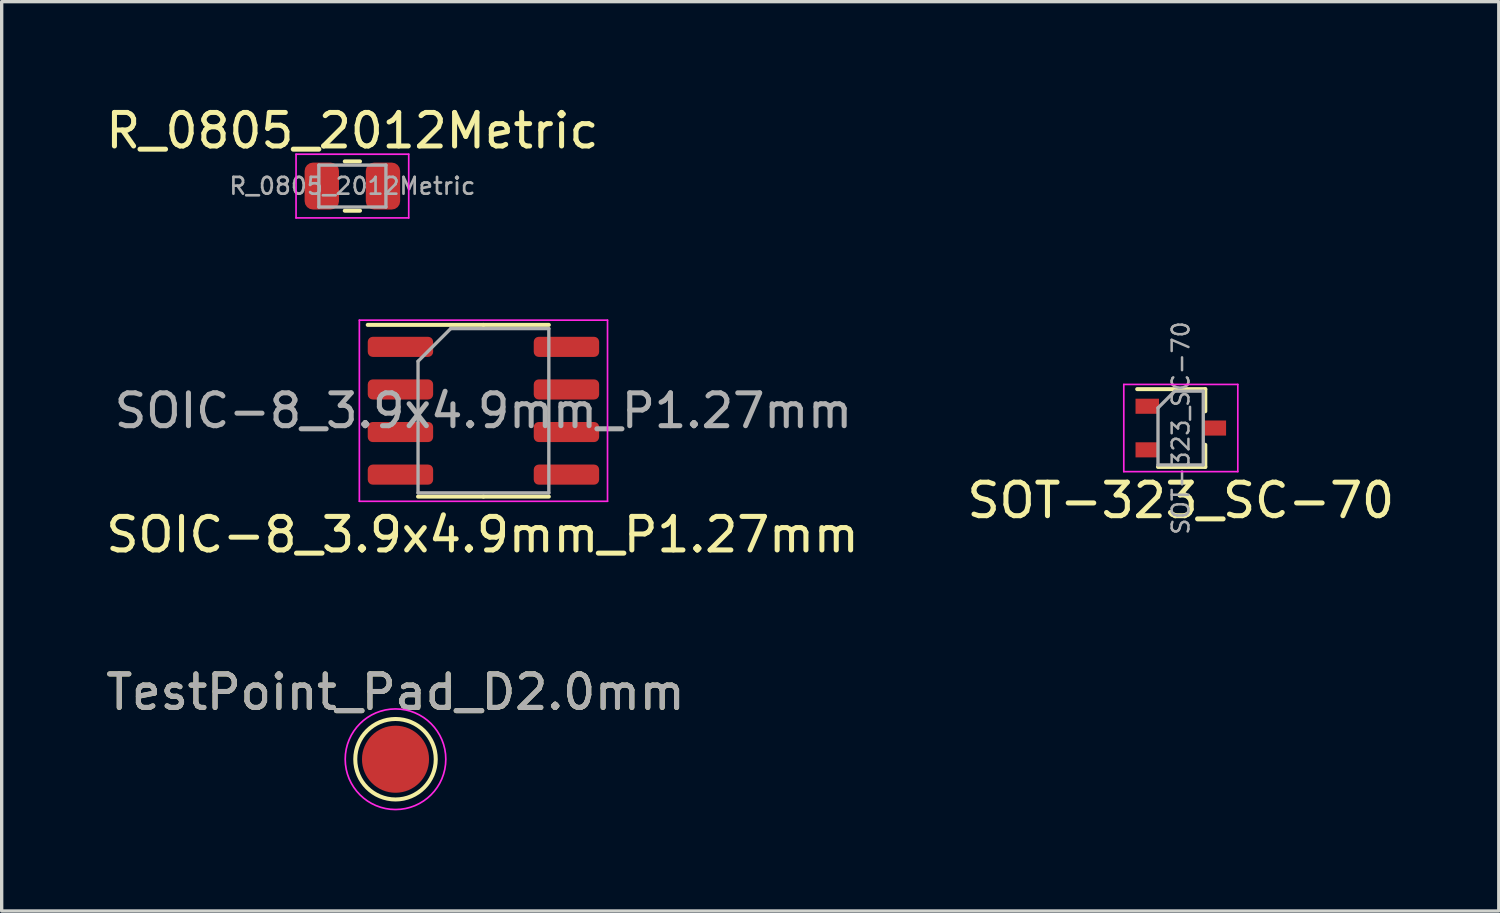
<source format=kicad_pcb>
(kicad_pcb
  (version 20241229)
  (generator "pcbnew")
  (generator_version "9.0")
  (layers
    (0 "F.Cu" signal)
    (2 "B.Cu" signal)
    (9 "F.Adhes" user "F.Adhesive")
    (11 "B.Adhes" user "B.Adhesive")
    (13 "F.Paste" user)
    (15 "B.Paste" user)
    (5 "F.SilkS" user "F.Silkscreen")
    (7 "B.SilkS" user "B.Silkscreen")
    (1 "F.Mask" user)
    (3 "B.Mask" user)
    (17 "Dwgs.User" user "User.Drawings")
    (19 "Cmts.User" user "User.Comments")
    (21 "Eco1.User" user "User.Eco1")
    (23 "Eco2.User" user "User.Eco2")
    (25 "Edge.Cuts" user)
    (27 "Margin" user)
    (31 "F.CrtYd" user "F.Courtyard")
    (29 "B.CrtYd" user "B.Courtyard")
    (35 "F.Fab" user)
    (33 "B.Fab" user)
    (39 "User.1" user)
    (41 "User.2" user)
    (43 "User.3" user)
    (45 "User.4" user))
  (footprint "TestPoint_Pad_D2.0mm"
    (layer "F.Cu")
    (at 8.744 19.59)
    (property "Reference" "TestPoint_Pad_D2.0mm" (at 0 -1.998 0) (layer "F.SilkS") (effects (font (size 1 1) (thickness 0.15))))
    (attr exclude_from_pos_files exclude_from_bom)
    (fp_circle (center 0 0) (end 0 1.2) (stroke (width 0.12) (type solid)) (fill no) (layer "F.SilkS"))
    (fp_circle (center 0 0) (end 1.5 0) (stroke (width 0.05) (type solid)) (fill no) (layer "F.CrtYd"))
    (fp_text user "${REFERENCE}" (at 0 -2 0) (layer "F.Fab") (effects (font (size 1 1) (thickness 0.15))))
    (pad "1" smd circle (at 0 0) (size 2 2) (layers "F.Cu" "F.Mask")))
  (footprint "SOIC-8_3.9x4.9mm_P1.27mm"
    (layer "F.Cu")
    (at 11.366 9.198)
    (property "Reference" "SOIC-8_3.9x4.9mm_P1.27mm" (at -0.027 3.696 0) (layer "F.SilkS") (effects (font (size 1 1) (thickness 0.15))))
    (attr smd)
    (fp_line (start 0 -2.56) (end -3.45 -2.56) (stroke (width 0.12) (type solid)) (layer "F.SilkS"))
    (fp_line (start 0 -2.56) (end 1.95 -2.56) (stroke (width 0.12) (type solid)) (layer "F.SilkS"))
    (fp_line (start 0 2.56) (end -1.95 2.56) (stroke (width 0.12) (type solid)) (layer "F.SilkS"))
    (fp_line (start 0 2.56) (end 1.95 2.56) (stroke (width 0.12) (type solid)) (layer "F.SilkS"))
    (fp_line (start -3.7 -2.7) (end -3.7 2.7) (stroke (width 0.05) (type solid)) (layer "F.CrtYd"))
    (fp_line (start -3.7 2.7) (end 3.7 2.7) (stroke (width 0.05) (type solid)) (layer "F.CrtYd"))
    (fp_line (start 3.7 -2.7) (end -3.7 -2.7) (stroke (width 0.05) (type solid)) (layer "F.CrtYd"))
    (fp_line (start 3.7 2.7) (end 3.7 -2.7) (stroke (width 0.05) (type solid)) (layer "F.CrtYd"))
    (fp_line (start -1.95 -1.475) (end -0.975 -2.45) (stroke (width 0.1) (type solid)) (layer "F.Fab"))
    (fp_line (start -1.95 2.45) (end -1.95 -1.475) (stroke (width 0.1) (type solid)) (layer "F.Fab"))
    (fp_line (start -0.975 -2.45) (end 1.95 -2.45) (stroke (width 0.1) (type solid)) (layer "F.Fab"))
    (fp_line (start 1.95 -2.45) (end 1.95 2.45) (stroke (width 0.1) (type solid)) (layer "F.Fab"))
    (fp_line (start 1.95 2.45) (end -1.95 2.45) (stroke (width 0.1) (type solid)) (layer "F.Fab"))
    (fp_text user "${REFERENCE}" (at 0 0 0) (layer "F.Fab") (effects (font (size 0.98 0.98) (thickness 0.15))))
    (pad "1" smd roundrect (at -2.475 -1.905) (size 1.95 0.6) (layers "F.Cu" "F.Mask" "F.Paste") (roundrect_rratio 0.25))
    (pad "2" smd roundrect (at -2.475 -0.635) (size 1.95 0.6) (layers "F.Cu" "F.Mask" "F.Paste") (roundrect_rratio 0.25))
    (pad "3" smd roundrect (at -2.475 0.635) (size 1.95 0.6) (layers "F.Cu" "F.Mask" "F.Paste") (roundrect_rratio 0.25))
    (pad "4" smd roundrect (at -2.475 1.905) (size 1.95 0.6) (layers "F.Cu" "F.Mask" "F.Paste") (roundrect_rratio 0.25))
    (pad "5" smd roundrect (at 2.475 1.905) (size 1.95 0.6) (layers "F.Cu" "F.Mask" "F.Paste") (roundrect_rratio 0.25))
    (pad "6" smd roundrect (at 2.475 0.635) (size 1.95 0.6) (layers "F.Cu" "F.Mask" "F.Paste") (roundrect_rratio 0.25))
    (pad "7" smd roundrect (at 2.475 -0.635) (size 1.95 0.6) (layers "F.Cu" "F.Mask" "F.Paste") (roundrect_rratio 0.25))
    (pad "8" smd roundrect (at 2.475 -1.905) (size 1.95 0.6) (layers "F.Cu" "F.Mask" "F.Paste") (roundrect_rratio 0.25)))
  (footprint "R_0805_2012Metric"
    (layer "F.Cu")
    (at 7.458 2.498)
    (property "Reference" "R_0805_2012Metric" (at 0 -1.65 0) (layer "F.SilkS") (effects (font (size 1 1) (thickness 0.15))))
    (attr smd)
    (fp_line (start -0.227 -0.735) (end 0.227 -0.735) (stroke (width 0.12) (type solid)) (layer "F.SilkS"))
    (fp_line (start -0.227 0.735) (end 0.227 0.735) (stroke (width 0.12) (type solid)) (layer "F.SilkS"))
    (fp_line (start -1.68 -0.95) (end 1.68 -0.95) (stroke (width 0.05) (type solid)) (layer "F.CrtYd"))
    (fp_line (start -1.68 0.95) (end -1.68 -0.95) (stroke (width 0.05) (type solid)) (layer "F.CrtYd"))
    (fp_line (start 1.68 -0.95) (end 1.68 0.95) (stroke (width 0.05) (type solid)) (layer "F.CrtYd"))
    (fp_line (start 1.68 0.95) (end -1.68 0.95) (stroke (width 0.05) (type solid)) (layer "F.CrtYd"))
    (fp_line (start -1 -0.625) (end 1 -0.625) (stroke (width 0.1) (type solid)) (layer "F.Fab"))
    (fp_line (start -1 0.625) (end -1 -0.625) (stroke (width 0.1) (type solid)) (layer "F.Fab"))
    (fp_line (start 1 -0.625) (end 1 0.625) (stroke (width 0.1) (type solid)) (layer "F.Fab"))
    (fp_line (start 1 0.625) (end -1 0.625) (stroke (width 0.1) (type solid)) (layer "F.Fab"))
    (fp_text user "${REFERENCE}" (at 0 0 0) (layer "F.Fab") (effects (font (size 0.5 0.5) (thickness 0.08))))
    (pad "1" smd roundrect (at -0.912 0) (size 1.025 1.4) (layers "F.Cu" "F.Mask" "F.Paste") (roundrect_rratio 0.244))
    (pad "2" smd roundrect (at 0.912 0) (size 1.025 1.4) (layers "F.Cu" "F.Mask" "F.Paste") (roundrect_rratio 0.244)))
  (footprint "SOT-323_SC-70"
    (layer "F.Cu")
    (at 32.161 9.714)
    (property "Reference" "SOT-323_SC-70" (at 0 2.159 180) (layer "F.SilkS") (effects (font (size 1 1) (thickness 0.15))))
    (attr smd)
    (fp_line (start -0.68 1.16) (end 0.73 1.16) (stroke (width 0.12) (type solid)) (layer "F.SilkS"))
    (fp_line (start 0.73 -1.16) (end -1.3 -1.16) (stroke (width 0.12) (type solid)) (layer "F.SilkS"))
    (fp_line (start 0.73 -1.16) (end 0.73 -0.5) (stroke (width 0.12) (type solid)) (layer "F.SilkS"))
    (fp_line (start 0.73 0.5) (end 0.73 1.16) (stroke (width 0.12) (type solid)) (layer "F.SilkS"))
    (fp_line (start -1.7 -1.3) (end 1.7 -1.3) (stroke (width 0.05) (type solid)) (layer "F.CrtYd"))
    (fp_line (start -1.7 1.3) (end -1.7 -1.3) (stroke (width 0.05) (type solid)) (layer "F.CrtYd"))
    (fp_line (start 1.7 -1.3) (end 1.7 1.3) (stroke (width 0.05) (type solid)) (layer "F.CrtYd"))
    (fp_line (start 1.7 1.3) (end -1.7 1.3) (stroke (width 0.05) (type solid)) (layer "F.CrtYd"))
    (fp_line (start -0.68 -0.6) (end -0.68 1.1) (stroke (width 0.1) (type solid)) (layer "F.Fab"))
    (fp_line (start -0.18 -1.1) (end -0.68 -0.6) (stroke (width 0.1) (type solid)) (layer "F.Fab"))
    (fp_line (start 0.67 -1.1) (end -0.18 -1.1) (stroke (width 0.1) (type solid)) (layer "F.Fab"))
    (fp_line (start 0.67 -1.1) (end 0.67 1.1) (stroke (width 0.1) (type solid)) (layer "F.Fab"))
    (fp_line (start 0.67 1.1) (end -0.68 1.1) (stroke (width 0.1) (type solid)) (layer "F.Fab"))
    (fp_text user "${REFERENCE}" (at 0 0 90) (layer "F.Fab") (effects (font (size 0.5 0.5) (thickness 0.075))))
    (pad "1" smd rect (at -1 -0.65 270) (size 0.45 0.7) (layers "F.Cu" "F.Mask" "F.Paste"))
    (pad "2" smd rect (at -1 0.65 270) (size 0.45 0.7) (layers "F.Cu" "F.Mask" "F.Paste"))
    (pad "3" smd rect (at 1 0 270) (size 0.45 0.7) (layers "F.Cu" "F.Mask" "F.Paste")))
  (gr_rect
    (start -3 -3)
    (end 41.643 24.115)
    (stroke (width 0.1) (type default))
    (fill no)
    (layer "Edge.Cuts")))
</source>
